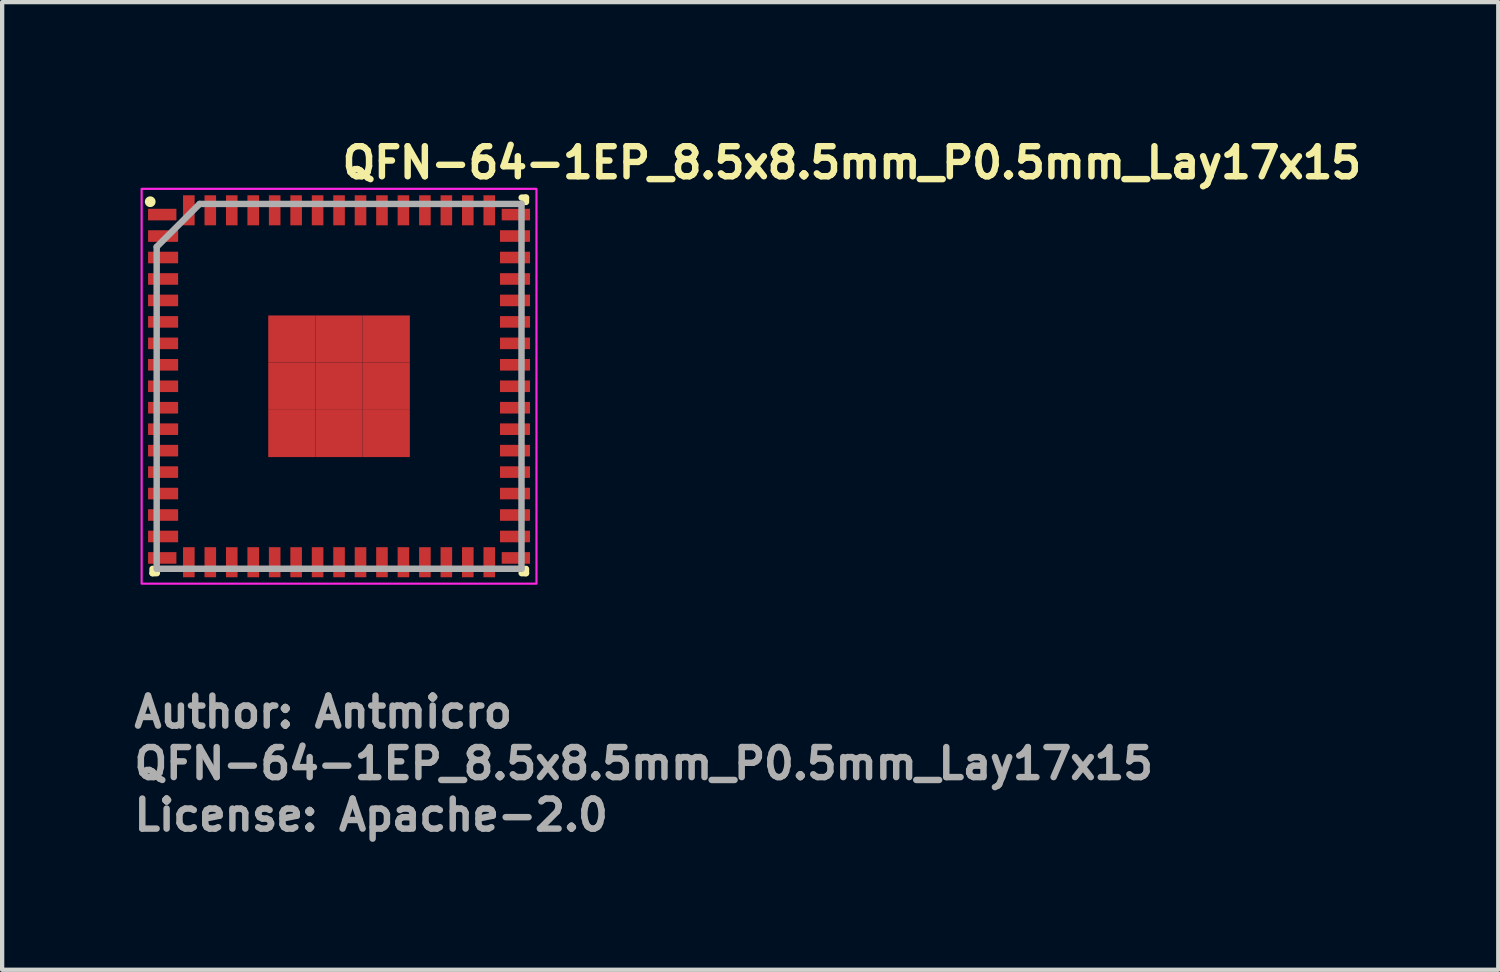
<source format=kicad_pcb>
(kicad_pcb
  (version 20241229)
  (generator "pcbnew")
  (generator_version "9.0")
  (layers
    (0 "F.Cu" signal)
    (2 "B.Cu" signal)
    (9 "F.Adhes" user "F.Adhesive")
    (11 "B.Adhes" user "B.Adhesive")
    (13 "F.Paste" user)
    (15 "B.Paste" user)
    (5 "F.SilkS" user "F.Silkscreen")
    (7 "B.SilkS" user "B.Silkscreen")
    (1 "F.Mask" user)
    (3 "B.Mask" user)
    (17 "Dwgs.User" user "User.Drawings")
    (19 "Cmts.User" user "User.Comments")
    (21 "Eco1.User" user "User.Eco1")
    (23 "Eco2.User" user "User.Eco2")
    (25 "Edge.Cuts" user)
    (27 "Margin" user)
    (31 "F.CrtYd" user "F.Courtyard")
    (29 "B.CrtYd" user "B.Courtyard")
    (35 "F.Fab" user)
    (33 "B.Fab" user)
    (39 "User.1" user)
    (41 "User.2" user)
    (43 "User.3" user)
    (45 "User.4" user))
  (footprint "QFN-64-1EP_8.5x8.5mm_P0.5mm_Lay17x15"
    (layer "F.Cu")
    (at 4.85 5.95)
    (property "Reference" "QFN-64-1EP_8.5x8.5mm_P0.5mm_Lay17x15" (at 0 -4.8 0) (unlocked yes) (layer "F.SilkS") (effects (font (size 0.7 0.7) (thickness 0.15)) (justify left bottom)))
    (attr smd)
    (fp_line (start -4.345 4.355) (end -4.345 4.255) (stroke (width 0.15) (type solid)) (layer "F.SilkS"))
    (fp_line (start -4.245 4.355) (end -4.345 4.355) (stroke (width 0.15) (type solid)) (layer "F.SilkS"))
    (fp_line (start 4.255 -4.395) (end 4.355 -4.395) (stroke (width 0.15) (type solid)) (layer "F.SilkS"))
    (fp_line (start 4.255 4.355) (end 4.355 4.355) (stroke (width 0.15) (type solid)) (layer "F.SilkS"))
    (fp_line (start 4.355 -4.395) (end 4.355 -4.295) (stroke (width 0.15) (type solid)) (layer "F.SilkS"))
    (fp_line (start 4.355 4.355) (end 4.355 4.255) (stroke (width 0.15) (type solid)) (layer "F.SilkS"))
    (fp_circle (center -4.4 -4.3) (end -4.35 -4.3) (stroke (width 0.15) (type solid)) (fill yes) (layer "F.SilkS"))
    (fp_rect (start -4.6 -4.6) (end 4.6 4.6) (stroke (width 0.05) (type solid)) (fill no) (layer "F.CrtYd"))
    (fp_line (start -4.249 -3.248) (end -4.249 4.252) (stroke (width 0.15) (type solid)) (layer "F.Fab"))
    (fp_line (start -4.249 4.252) (end 4.251 4.252) (stroke (width 0.15) (type solid)) (layer "F.Fab"))
    (fp_line (start -3.249 -4.248) (end -4.249 -3.248) (stroke (width 0.15) (type solid)) (layer "F.Fab"))
    (fp_line (start 4.251 -4.248) (end -3.249 -4.248) (stroke (width 0.15) (type solid)) (layer "F.Fab"))
    (fp_line (start 4.251 4.252) (end 4.251 -4.248) (stroke (width 0.15) (type solid)) (layer "F.Fab"))
    (fp_rect (start -4.25 -4.25) (end 4.25 4.25) (stroke (width 0.1) (type solid)) (fill no) (layer "User.5"))
    (fp_line (start -4.25 -4.125) (end -4.25 -3.875) (stroke (width 0.02) (type solid)) (layer "User.9"))
    (fp_line (start -4.25 -3.875) (end -4.24 -3.875) (stroke (width 0.02) (type solid)) (layer "User.9"))
    (fp_line (start -4.25 -3.625) (end -4.25 -3.375) (stroke (width 0.02) (type solid)) (layer "User.9"))
    (fp_line (start -4.25 -3.375) (end -4.24 -3.375) (stroke (width 0.02) (type solid)) (layer "User.9"))
    (fp_line (start -4.25 -3.125) (end -4.25 -2.875) (stroke (width 0.02) (type solid)) (layer "User.9"))
    (fp_line (start -4.25 -2.875) (end -4.24 -2.875) (stroke (width 0.02) (type solid)) (layer "User.9"))
    (fp_line (start -4.25 -2.625) (end -4.25 -2.375) (stroke (width 0.02) (type solid)) (layer "User.9"))
    (fp_line (start -4.25 -2.375) (end -4.24 -2.375) (stroke (width 0.02) (type solid)) (layer "User.9"))
    (fp_line (start -4.25 -2.125) (end -4.25 -1.875) (stroke (width 0.02) (type solid)) (layer "User.9"))
    (fp_line (start -4.25 -1.875) (end -4.24 -1.875) (stroke (width 0.02) (type solid)) (layer "User.9"))
    (fp_line (start -4.25 -1.625) (end -4.25 -1.375) (stroke (width 0.02) (type solid)) (layer "User.9"))
    (fp_line (start -4.25 -1.375) (end -4.24 -1.375) (stroke (width 0.02) (type solid)) (layer "User.9"))
    (fp_line (start -4.25 -1.125) (end -4.25 -0.875) (stroke (width 0.02) (type solid)) (layer "User.9"))
    (fp_line (start -4.25 -0.875) (end -4.24 -0.875) (stroke (width 0.02) (type solid)) (layer "User.9"))
    (fp_line (start -4.25 -0.625) (end -4.25 -0.375) (stroke (width 0.02) (type solid)) (layer "User.9"))
    (fp_line (start -4.25 -0.375) (end -4.24 -0.375) (stroke (width 0.02) (type solid)) (layer "User.9"))
    (fp_line (start -4.25 -0.125) (end -4.25 0.125) (stroke (width 0.02) (type solid)) (layer "User.9"))
    (fp_line (start -4.25 0.125) (end -4.24 0.125) (stroke (width 0.02) (type solid)) (layer "User.9"))
    (fp_line (start -4.25 0.375) (end -4.25 0.625) (stroke (width 0.02) (type solid)) (layer "User.9"))
    (fp_line (start -4.25 0.625) (end -4.24 0.625) (stroke (width 0.02) (type solid)) (layer "User.9"))
    (fp_line (start -4.25 0.875) (end -4.25 1.125) (stroke (width 0.02) (type solid)) (layer "User.9"))
    (fp_line (start -4.25 1.125) (end -4.24 1.125) (stroke (width 0.02) (type solid)) (layer "User.9"))
    (fp_line (start -4.25 1.375) (end -4.25 1.625) (stroke (width 0.02) (type solid)) (layer "User.9"))
    (fp_line (start -4.25 1.625) (end -4.24 1.625) (stroke (width 0.02) (type solid)) (layer "User.9"))
    (fp_line (start -4.25 1.875) (end -4.25 2.125) (stroke (width 0.02) (type solid)) (layer "User.9"))
    (fp_line (start -4.25 2.125) (end -4.24 2.125) (stroke (width 0.02) (type solid)) (layer "User.9"))
    (fp_line (start -4.25 2.375) (end -4.25 2.625) (stroke (width 0.02) (type solid)) (layer "User.9"))
    (fp_line (start -4.25 2.625) (end -4.24 2.625) (stroke (width 0.02) (type solid)) (layer "User.9"))
    (fp_line (start -4.25 2.875) (end -4.25 3.125) (stroke (width 0.02) (type solid)) (layer "User.9"))
    (fp_line (start -4.25 3.125) (end -4.24 3.125) (stroke (width 0.02) (type solid)) (layer "User.9"))
    (fp_line (start -4.25 3.375) (end -4.25 3.625) (stroke (width 0.02) (type solid)) (layer "User.9"))
    (fp_line (start -4.25 3.625) (end -4.24 3.625) (stroke (width 0.02) (type solid)) (layer "User.9"))
    (fp_line (start -4.25 3.875) (end -4.25 4.125) (stroke (width 0.02) (type solid)) (layer "User.9"))
    (fp_line (start -4.25 4.125) (end -4.24 4.125) (stroke (width 0.02) (type solid)) (layer "User.9"))
    (fp_line (start -4.24 -4.24) (end -4.24 4.24) (stroke (width 0.02) (type solid)) (layer "User.9"))
    (fp_line (start -4.24 -4.24) (end 4.24 -4.24) (stroke (width 0.02) (type solid)) (layer "User.9"))
    (fp_line (start -4.24 -4.125) (end -4.25 -4.125) (stroke (width 0.02) (type solid)) (layer "User.9"))
    (fp_line (start -4.24 -3.625) (end -4.25 -3.625) (stroke (width 0.02) (type solid)) (layer "User.9"))
    (fp_line (start -4.24 -3.125) (end -4.25 -3.125) (stroke (width 0.02) (type solid)) (layer "User.9"))
    (fp_line (start -4.24 -2.625) (end -4.25 -2.625) (stroke (width 0.02) (type solid)) (layer "User.9"))
    (fp_line (start -4.24 -2.125) (end -4.25 -2.125) (stroke (width 0.02) (type solid)) (layer "User.9"))
    (fp_line (start -4.24 -1.625) (end -4.25 -1.625) (stroke (width 0.02) (type solid)) (layer "User.9"))
    (fp_line (start -4.24 -1.125) (end -4.25 -1.125) (stroke (width 0.02) (type solid)) (layer "User.9"))
    (fp_line (start -4.24 -0.625) (end -4.25 -0.625) (stroke (width 0.02) (type solid)) (layer "User.9"))
    (fp_line (start -4.24 -0.125) (end -4.25 -0.125) (stroke (width 0.02) (type solid)) (layer "User.9"))
    (fp_line (start -4.24 0.375) (end -4.25 0.375) (stroke (width 0.02) (type solid)) (layer "User.9"))
    (fp_line (start -4.24 0.875) (end -4.25 0.875) (stroke (width 0.02) (type solid)) (layer "User.9"))
    (fp_line (start -4.24 1.375) (end -4.25 1.375) (stroke (width 0.02) (type solid)) (layer "User.9"))
    (fp_line (start -4.24 1.875) (end -4.25 1.875) (stroke (width 0.02) (type solid)) (layer "User.9"))
    (fp_line (start -4.24 2.375) (end -4.25 2.375) (stroke (width 0.02) (type solid)) (layer "User.9"))
    (fp_line (start -4.24 2.875) (end -4.25 2.875) (stroke (width 0.02) (type solid)) (layer "User.9"))
    (fp_line (start -4.24 3.375) (end -4.25 3.375) (stroke (width 0.02) (type solid)) (layer "User.9"))
    (fp_line (start -4.24 3.875) (end -4.25 3.875) (stroke (width 0.02) (type solid)) (layer "User.9"))
    (fp_line (start -4.24 4.24) (end 4.24 4.24) (stroke (width 0.02) (type solid)) (layer "User.9"))
    (fp_line (start -3.8 -3.563) (end -3.8 -3.55) (stroke (width 0.02) (type solid)) (layer "User.9"))
    (fp_line (start -3.8 -3.55) (end -3.8 -3.537) (stroke (width 0.02) (type solid)) (layer "User.9"))
    (fp_line (start -3.8 -3.537) (end -3.799 -3.524) (stroke (width 0.02) (type solid)) (layer "User.9"))
    (fp_line (start -3.799 -3.576) (end -3.8 -3.563) (stroke (width 0.02) (type solid)) (layer "User.9"))
    (fp_line (start -3.799 -3.524) (end -3.797 -3.512) (stroke (width 0.02) (type solid)) (layer "User.9"))
    (fp_line (start -3.797 -3.588) (end -3.799 -3.576) (stroke (width 0.02) (type solid)) (layer "User.9"))
    (fp_line (start -3.797 -3.512) (end -3.795 -3.5) (stroke (width 0.02) (type solid)) (layer "User.9"))
    (fp_line (start -3.795 -3.6) (end -3.797 -3.588) (stroke (width 0.02) (type solid)) (layer "User.9"))
    (fp_line (start -3.795 -3.5) (end -3.792 -3.488) (stroke (width 0.02) (type solid)) (layer "User.9"))
    (fp_line (start -3.792 -3.612) (end -3.795 -3.6) (stroke (width 0.02) (type solid)) (layer "User.9"))
    (fp_line (start -3.792 -3.488) (end -3.789 -3.476) (stroke (width 0.02) (type solid)) (layer "User.9"))
    (fp_line (start -3.789 -3.624) (end -3.792 -3.612) (stroke (width 0.02) (type solid)) (layer "User.9"))
    (fp_line (start -3.789 -3.476) (end -3.785 -3.464) (stroke (width 0.02) (type solid)) (layer "User.9"))
    (fp_line (start -3.785 -3.636) (end -3.789 -3.624) (stroke (width 0.02) (type solid)) (layer "User.9"))
    (fp_line (start -3.785 -3.464) (end -3.78 -3.453) (stroke (width 0.02) (type solid)) (layer "User.9"))
    (fp_line (start -3.78 -3.647) (end -3.785 -3.636) (stroke (width 0.02) (type solid)) (layer "User.9"))
    (fp_line (start -3.78 -3.453) (end -3.775 -3.442) (stroke (width 0.02) (type solid)) (layer "User.9"))
    (fp_line (start -3.775 -3.658) (end -3.78 -3.647) (stroke (width 0.02) (type solid)) (layer "User.9"))
    (fp_line (start -3.775 -3.442) (end -3.77 -3.431) (stroke (width 0.02) (type solid)) (layer "User.9"))
    (fp_line (start -3.77 -3.669) (end -3.775 -3.658) (stroke (width 0.02) (type solid)) (layer "User.9"))
    (fp_line (start -3.77 -3.431) (end -3.764 -3.42) (stroke (width 0.02) (type solid)) (layer "User.9"))
    (fp_line (start -3.764 -3.68) (end -3.77 -3.669) (stroke (width 0.02) (type solid)) (layer "User.9"))
    (fp_line (start -3.764 -3.42) (end -3.757 -3.41) (stroke (width 0.02) (type solid)) (layer "User.9"))
    (fp_line (start -3.757 -3.69) (end -3.764 -3.68) (stroke (width 0.02) (type solid)) (layer "User.9"))
    (fp_line (start -3.757 -3.41) (end -3.75 -3.4) (stroke (width 0.02) (type solid)) (layer "User.9"))
    (fp_line (start -3.75 -3.7) (end -3.757 -3.69) (stroke (width 0.02) (type solid)) (layer "User.9"))
    (fp_line (start -3.75 -3.4) (end -3.743 -3.391) (stroke (width 0.02) (type solid)) (layer "User.9"))
    (fp_line (start -3.743 -3.709) (end -3.75 -3.7) (stroke (width 0.02) (type solid)) (layer "User.9"))
    (fp_line (start -3.743 -3.391) (end -3.735 -3.382) (stroke (width 0.02) (type solid)) (layer "User.9"))
    (fp_line (start -3.735 -3.718) (end -3.743 -3.709) (stroke (width 0.02) (type solid)) (layer "User.9"))
    (fp_line (start -3.735 -3.382) (end -3.727 -3.373) (stroke (width 0.02) (type solid)) (layer "User.9"))
    (fp_line (start -3.727 -3.727) (end -3.735 -3.718) (stroke (width 0.02) (type solid)) (layer "User.9"))
    (fp_line (start -3.727 -3.373) (end -3.718 -3.365) (stroke (width 0.02) (type solid)) (layer "User.9"))
    (fp_line (start -3.718 -3.735) (end -3.727 -3.727) (stroke (width 0.02) (type solid)) (layer "User.9"))
    (fp_line (start -3.718 -3.365) (end -3.709 -3.357) (stroke (width 0.02) (type solid)) (layer "User.9"))
    (fp_line (start -3.709 -3.743) (end -3.718 -3.735) (stroke (width 0.02) (type solid)) (layer "User.9"))
    (fp_line (start -3.709 -3.357) (end -3.7 -3.35) (stroke (width 0.02) (type solid)) (layer "User.9"))
    (fp_line (start -3.7 -3.75) (end -3.709 -3.743) (stroke (width 0.02) (type solid)) (layer "User.9"))
    (fp_line (start -3.7 -3.35) (end -3.69 -3.343) (stroke (width 0.02) (type solid)) (layer "User.9"))
    (fp_line (start -3.69 -3.757) (end -3.7 -3.75) (stroke (width 0.02) (type solid)) (layer "User.9"))
    (fp_line (start -3.69 -3.343) (end -3.68 -3.336) (stroke (width 0.02) (type solid)) (layer "User.9"))
    (fp_line (start -3.68 -3.764) (end -3.69 -3.757) (stroke (width 0.02) (type solid)) (layer "User.9"))
    (fp_line (start -3.68 -3.336) (end -3.669 -3.33) (stroke (width 0.02) (type solid)) (layer "User.9"))
    (fp_line (start -3.669 -3.77) (end -3.68 -3.764) (stroke (width 0.02) (type solid)) (layer "User.9"))
    (fp_line (start -3.669 -3.33) (end -3.658 -3.325) (stroke (width 0.02) (type solid)) (layer "User.9"))
    (fp_line (start -3.658 -3.775) (end -3.669 -3.77) (stroke (width 0.02) (type solid)) (layer "User.9"))
    (fp_line (start -3.658 -3.325) (end -3.647 -3.32) (stroke (width 0.02) (type solid)) (layer "User.9"))
    (fp_line (start -3.647 -3.78) (end -3.658 -3.775) (stroke (width 0.02) (type solid)) (layer "User.9"))
    (fp_line (start -3.647 -3.32) (end -3.636 -3.315) (stroke (width 0.02) (type solid)) (layer "User.9"))
    (fp_line (start -3.636 -3.785) (end -3.647 -3.78) (stroke (width 0.02) (type solid)) (layer "User.9"))
    (fp_line (start -3.636 -3.315) (end -3.624 -3.311) (stroke (width 0.02) (type solid)) (layer "User.9"))
    (fp_line (start -3.625 -4.25) (end -3.625 -4.24) (stroke (width 0.02) (type solid)) (layer "User.9"))
    (fp_line (start -3.625 4.24) (end -3.625 4.25) (stroke (width 0.02) (type solid)) (layer "User.9"))
    (fp_line (start -3.625 4.25) (end -3.375 4.25) (stroke (width 0.02) (type solid)) (layer "User.9"))
    (fp_line (start -3.624 -3.789) (end -3.636 -3.785) (stroke (width 0.02) (type solid)) (layer "User.9"))
    (fp_line (start -3.624 -3.311) (end -3.612 -3.308) (stroke (width 0.02) (type solid)) (layer "User.9"))
    (fp_line (start -3.612 -3.792) (end -3.624 -3.789) (stroke (width 0.02) (type solid)) (layer "User.9"))
    (fp_line (start -3.612 -3.308) (end -3.6 -3.305) (stroke (width 0.02) (type solid)) (layer "User.9"))
    (fp_line (start -3.6 -3.795) (end -3.612 -3.792) (stroke (width 0.02) (type solid)) (layer "User.9"))
    (fp_line (start -3.6 -3.305) (end -3.588 -3.303) (stroke (width 0.02) (type solid)) (layer "User.9"))
    (fp_line (start -3.588 -3.797) (end -3.6 -3.795) (stroke (width 0.02) (type solid)) (layer "User.9"))
    (fp_line (start -3.588 -3.303) (end -3.576 -3.301) (stroke (width 0.02) (type solid)) (layer "User.9"))
    (fp_line (start -3.576 -3.799) (end -3.588 -3.797) (stroke (width 0.02) (type solid)) (layer "User.9"))
    (fp_line (start -3.576 -3.301) (end -3.563 -3.3) (stroke (width 0.02) (type solid)) (layer "User.9"))
    (fp_line (start -3.563 -3.8) (end -3.576 -3.799) (stroke (width 0.02) (type solid)) (layer "User.9"))
    (fp_line (start -3.563 -3.3) (end -3.55 -3.3) (stroke (width 0.02) (type solid)) (layer "User.9"))
    (fp_line (start -3.55 -3.8) (end -3.563 -3.8) (stroke (width 0.02) (type solid)) (layer "User.9"))
    (fp_line (start -3.55 -3.3) (end -3.537 -3.3) (stroke (width 0.02) (type solid)) (layer "User.9"))
    (fp_line (start -3.537 -3.8) (end -3.55 -3.8) (stroke (width 0.02) (type solid)) (layer "User.9"))
    (fp_line (start -3.537 -3.3) (end -3.524 -3.301) (stroke (width 0.02) (type solid)) (layer "User.9"))
    (fp_line (start -3.524 -3.799) (end -3.537 -3.8) (stroke (width 0.02) (type solid)) (layer "User.9"))
    (fp_line (start -3.524 -3.301) (end -3.512 -3.303) (stroke (width 0.02) (type solid)) (layer "User.9"))
    (fp_line (start -3.512 -3.797) (end -3.524 -3.799) (stroke (width 0.02) (type solid)) (layer "User.9"))
    (fp_line (start -3.512 -3.303) (end -3.5 -3.305) (stroke (width 0.02) (type solid)) (layer "User.9"))
    (fp_line (start -3.5 -3.795) (end -3.512 -3.797) (stroke (width 0.02) (type solid)) (layer "User.9"))
    (fp_line (start -3.5 -3.305) (end -3.488 -3.308) (stroke (width 0.02) (type solid)) (layer "User.9"))
    (fp_line (start -3.488 -3.792) (end -3.5 -3.795) (stroke (width 0.02) (type solid)) (layer "User.9"))
    (fp_line (start -3.488 -3.308) (end -3.476 -3.311) (stroke (width 0.02) (type solid)) (layer "User.9"))
    (fp_line (start -3.476 -3.789) (end -3.488 -3.792) (stroke (width 0.02) (type solid)) (layer "User.9"))
    (fp_line (start -3.476 -3.311) (end -3.464 -3.315) (stroke (width 0.02) (type solid)) (layer "User.9"))
    (fp_line (start -3.464 -3.785) (end -3.476 -3.789) (stroke (width 0.02) (type solid)) (layer "User.9"))
    (fp_line (start -3.464 -3.315) (end -3.453 -3.32) (stroke (width 0.02) (type solid)) (layer "User.9"))
    (fp_line (start -3.453 -3.78) (end -3.464 -3.785) (stroke (width 0.02) (type solid)) (layer "User.9"))
    (fp_line (start -3.453 -3.32) (end -3.442 -3.325) (stroke (width 0.02) (type solid)) (layer "User.9"))
    (fp_line (start -3.442 -3.775) (end -3.453 -3.78) (stroke (width 0.02) (type solid)) (layer "User.9"))
    (fp_line (start -3.442 -3.325) (end -3.431 -3.33) (stroke (width 0.02) (type solid)) (layer "User.9"))
    (fp_line (start -3.431 -3.77) (end -3.442 -3.775) (stroke (width 0.02) (type solid)) (layer "User.9"))
    (fp_line (start -3.431 -3.33) (end -3.42 -3.336) (stroke (width 0.02) (type solid)) (layer "User.9"))
    (fp_line (start -3.42 -3.764) (end -3.431 -3.77) (stroke (width 0.02) (type solid)) (layer "User.9"))
    (fp_line (start -3.42 -3.336) (end -3.41 -3.343) (stroke (width 0.02) (type solid)) (layer "User.9"))
    (fp_line (start -3.41 -3.757) (end -3.42 -3.764) (stroke (width 0.02) (type solid)) (layer "User.9"))
    (fp_line (start -3.41 -3.343) (end -3.4 -3.35) (stroke (width 0.02) (type solid)) (layer "User.9"))
    (fp_line (start -3.4 -3.75) (end -3.41 -3.757) (stroke (width 0.02) (type solid)) (layer "User.9"))
    (fp_line (start -3.4 -3.35) (end -3.391 -3.357) (stroke (width 0.02) (type solid)) (layer "User.9"))
    (fp_line (start -3.391 -3.743) (end -3.4 -3.75) (stroke (width 0.02) (type solid)) (layer "User.9"))
    (fp_line (start -3.391 -3.357) (end -3.382 -3.365) (stroke (width 0.02) (type solid)) (layer "User.9"))
    (fp_line (start -3.382 -3.735) (end -3.391 -3.743) (stroke (width 0.02) (type solid)) (layer "User.9"))
    (fp_line (start -3.382 -3.365) (end -3.373 -3.373) (stroke (width 0.02) (type solid)) (layer "User.9"))
    (fp_line (start -3.375 -4.25) (end -3.625 -4.25) (stroke (width 0.02) (type solid)) (layer "User.9"))
    (fp_line (start -3.375 -4.24) (end -3.375 -4.25) (stroke (width 0.02) (type solid)) (layer "User.9"))
    (fp_line (start -3.375 4.25) (end -3.375 4.24) (stroke (width 0.02) (type solid)) (layer "User.9"))
    (fp_line (start -3.373 -3.727) (end -3.382 -3.735) (stroke (width 0.02) (type solid)) (layer "User.9"))
    (fp_line (start -3.373 -3.373) (end -3.365 -3.382) (stroke (width 0.02) (type solid)) (layer "User.9"))
    (fp_line (start -3.365 -3.718) (end -3.373 -3.727) (stroke (width 0.02) (type solid)) (layer "User.9"))
    (fp_line (start -3.365 -3.382) (end -3.357 -3.391) (stroke (width 0.02) (type solid)) (layer "User.9"))
    (fp_line (start -3.357 -3.709) (end -3.365 -3.718) (stroke (width 0.02) (type solid)) (layer "User.9"))
    (fp_line (start -3.357 -3.391) (end -3.35 -3.4) (stroke (width 0.02) (type solid)) (layer "User.9"))
    (fp_line (start -3.35 -3.7) (end -3.357 -3.709) (stroke (width 0.02) (type solid)) (layer "User.9"))
    (fp_line (start -3.35 -3.4) (end -3.343 -3.41) (stroke (width 0.02) (type solid)) (layer "User.9"))
    (fp_line (start -3.343 -3.69) (end -3.35 -3.7) (stroke (width 0.02) (type solid)) (layer "User.9"))
    (fp_line (start -3.343 -3.41) (end -3.336 -3.42) (stroke (width 0.02) (type solid)) (layer "User.9"))
    (fp_line (start -3.336 -3.68) (end -3.343 -3.69) (stroke (width 0.02) (type solid)) (layer "User.9"))
    (fp_line (start -3.336 -3.42) (end -3.33 -3.431) (stroke (width 0.02) (type solid)) (layer "User.9"))
    (fp_line (start -3.33 -3.669) (end -3.336 -3.68) (stroke (width 0.02) (type solid)) (layer "User.9"))
    (fp_line (start -3.33 -3.431) (end -3.325 -3.442) (stroke (width 0.02) (type solid)) (layer "User.9"))
    (fp_line (start -3.325 -3.658) (end -3.33 -3.669) (stroke (width 0.02) (type solid)) (layer "User.9"))
    (fp_line (start -3.325 -3.442) (end -3.32 -3.453) (stroke (width 0.02) (type solid)) (layer "User.9"))
    (fp_line (start -3.32 -3.647) (end -3.325 -3.658) (stroke (width 0.02) (type solid)) (layer "User.9"))
    (fp_line (start -3.32 -3.453) (end -3.315 -3.464) (stroke (width 0.02) (type solid)) (layer "User.9"))
    (fp_line (start -3.315 -3.636) (end -3.32 -3.647) (stroke (width 0.02) (type solid)) (layer "User.9"))
    (fp_line (start -3.315 -3.464) (end -3.311 -3.476) (stroke (width 0.02) (type solid)) (layer "User.9"))
    (fp_line (start -3.311 -3.624) (end -3.315 -3.636) (stroke (width 0.02) (type solid)) (layer "User.9"))
    (fp_line (start -3.311 -3.476) (end -3.308 -3.488) (stroke (width 0.02) (type solid)) (layer "User.9"))
    (fp_line (start -3.308 -3.612) (end -3.311 -3.624) (stroke (width 0.02) (type solid)) (layer "User.9"))
    (fp_line (start -3.308 -3.488) (end -3.305 -3.5) (stroke (width 0.02) (type solid)) (layer "User.9"))
    (fp_line (start -3.305 -3.6) (end -3.308 -3.612) (stroke (width 0.02) (type solid)) (layer "User.9"))
    (fp_line (start -3.305 -3.5) (end -3.303 -3.512) (stroke (width 0.02) (type solid)) (layer "User.9"))
    (fp_line (start -3.303 -3.588) (end -3.305 -3.6) (stroke (width 0.02) (type solid)) (layer "User.9"))
    (fp_line (start -3.303 -3.512) (end -3.301 -3.524) (stroke (width 0.02) (type solid)) (layer "User.9"))
    (fp_line (start -3.301 -3.576) (end -3.303 -3.588) (stroke (width 0.02) (type solid)) (layer "User.9"))
    (fp_line (start -3.301 -3.524) (end -3.3 -3.537) (stroke (width 0.02) (type solid)) (layer "User.9"))
    (fp_line (start -3.3 -3.563) (end -3.301 -3.576) (stroke (width 0.02) (type solid)) (layer "User.9"))
    (fp_line (start -3.3 -3.55) (end -3.3 -3.563) (stroke (width 0.02) (type solid)) (layer "User.9"))
    (fp_line (start -3.3 -3.537) (end -3.3 -3.55) (stroke (width 0.02) (type solid)) (layer "User.9"))
    (fp_line (start -3.125 -4.25) (end -3.125 -4.24) (stroke (width 0.02) (type solid)) (layer "User.9"))
    (fp_line (start -3.125 4.24) (end -3.125 4.25) (stroke (width 0.02) (type solid)) (layer "User.9"))
    (fp_line (start -3.125 4.25) (end -2.875 4.25) (stroke (width 0.02) (type solid)) (layer "User.9"))
    (fp_line (start -2.875 -4.25) (end -3.125 -4.25) (stroke (width 0.02) (type solid)) (layer "User.9"))
    (fp_line (start -2.875 -4.24) (end -2.875 -4.25) (stroke (width 0.02) (type solid)) (layer "User.9"))
    (fp_line (start -2.875 4.25) (end -2.875 4.24) (stroke (width 0.02) (type solid)) (layer "User.9"))
    (fp_line (start -2.625 -4.25) (end -2.625 -4.24) (stroke (width 0.02) (type solid)) (layer "User.9"))
    (fp_line (start -2.625 4.24) (end -2.625 4.25) (stroke (width 0.02) (type solid)) (layer "User.9"))
    (fp_line (start -2.625 4.25) (end -2.375 4.25) (stroke (width 0.02) (type solid)) (layer "User.9"))
    (fp_line (start -2.375 -4.25) (end -2.625 -4.25) (stroke (width 0.02) (type solid)) (layer "User.9"))
    (fp_line (start -2.375 -4.24) (end -2.375 -4.25) (stroke (width 0.02) (type solid)) (layer "User.9"))
    (fp_line (start -2.375 4.25) (end -2.375 4.24) (stroke (width 0.02) (type solid)) (layer "User.9"))
    (fp_line (start -2.125 -4.25) (end -2.125 -4.24) (stroke (width 0.02) (type solid)) (layer "User.9"))
    (fp_line (start -2.125 4.24) (end -2.125 4.25) (stroke (width 0.02) (type solid)) (layer "User.9"))
    (fp_line (start -2.125 4.25) (end -1.875 4.25) (stroke (width 0.02) (type solid)) (layer "User.9"))
    (fp_line (start -1.875 -4.25) (end -2.125 -4.25) (stroke (width 0.02) (type solid)) (layer "User.9"))
    (fp_line (start -1.875 -4.24) (end -1.875 -4.25) (stroke (width 0.02) (type solid)) (layer "User.9"))
    (fp_line (start -1.875 4.25) (end -1.875 4.24) (stroke (width 0.02) (type solid)) (layer "User.9"))
    (fp_line (start -1.625 -4.25) (end -1.625 -4.24) (stroke (width 0.02) (type solid)) (layer "User.9"))
    (fp_line (start -1.625 4.24) (end -1.625 4.25) (stroke (width 0.02) (type solid)) (layer "User.9"))
    (fp_line (start -1.625 4.25) (end -1.375 4.25) (stroke (width 0.02) (type solid)) (layer "User.9"))
    (fp_line (start -1.375 -4.25) (end -1.625 -4.25) (stroke (width 0.02) (type solid)) (layer "User.9"))
    (fp_line (start -1.375 -4.24) (end -1.375 -4.25) (stroke (width 0.02) (type solid)) (layer "User.9"))
    (fp_line (start -1.375 4.25) (end -1.375 4.24) (stroke (width 0.02) (type solid)) (layer "User.9"))
    (fp_line (start -1.125 -4.25) (end -1.125 -4.24) (stroke (width 0.02) (type solid)) (layer "User.9"))
    (fp_line (start -1.125 4.24) (end -1.125 4.25) (stroke (width 0.02) (type solid)) (layer "User.9"))
    (fp_line (start -1.125 4.25) (end -0.875 4.25) (stroke (width 0.02) (type solid)) (layer "User.9"))
    (fp_line (start -0.875 -4.25) (end -1.125 -4.25) (stroke (width 0.02) (type solid)) (layer "User.9"))
    (fp_line (start -0.875 -4.24) (end -0.875 -4.25) (stroke (width 0.02) (type solid)) (layer "User.9"))
    (fp_line (start -0.875 4.25) (end -0.875 4.24) (stroke (width 0.02) (type solid)) (layer "User.9"))
    (fp_line (start -0.625 -4.25) (end -0.625 -4.24) (stroke (width 0.02) (type solid)) (layer "User.9"))
    (fp_line (start -0.625 4.24) (end -0.625 4.25) (stroke (width 0.02) (type solid)) (layer "User.9"))
    (fp_line (start -0.625 4.25) (end -0.375 4.25) (stroke (width 0.02) (type solid)) (layer "User.9"))
    (fp_line (start -0.375 -4.25) (end -0.625 -4.25) (stroke (width 0.02) (type solid)) (layer "User.9"))
    (fp_line (start -0.375 -4.24) (end -0.375 -4.25) (stroke (width 0.02) (type solid)) (layer "User.9"))
    (fp_line (start -0.375 4.25) (end -0.375 4.24) (stroke (width 0.02) (type solid)) (layer "User.9"))
    (fp_line (start -0.125 -4.25) (end -0.125 -4.24) (stroke (width 0.02) (type solid)) (layer "User.9"))
    (fp_line (start -0.125 4.24) (end -0.125 4.25) (stroke (width 0.02) (type solid)) (layer "User.9"))
    (fp_line (start -0.125 4.25) (end 0.125 4.25) (stroke (width 0.02) (type solid)) (layer "User.9"))
    (fp_line (start 0.125 -4.25) (end -0.125 -4.25) (stroke (width 0.02) (type solid)) (layer "User.9"))
    (fp_line (start 0.125 -4.24) (end 0.125 -4.25) (stroke (width 0.02) (type solid)) (layer "User.9"))
    (fp_line (start 0.125 4.25) (end 0.125 4.24) (stroke (width 0.02) (type solid)) (layer "User.9"))
    (fp_line (start 0.375 -4.25) (end 0.375 -4.24) (stroke (width 0.02) (type solid)) (layer "User.9"))
    (fp_line (start 0.375 4.24) (end 0.375 4.25) (stroke (width 0.02) (type solid)) (layer "User.9"))
    (fp_line (start 0.375 4.25) (end 0.625 4.25) (stroke (width 0.02) (type solid)) (layer "User.9"))
    (fp_line (start 0.625 -4.25) (end 0.375 -4.25) (stroke (width 0.02) (type solid)) (layer "User.9"))
    (fp_line (start 0.625 -4.24) (end 0.625 -4.25) (stroke (width 0.02) (type solid)) (layer "User.9"))
    (fp_line (start 0.625 4.25) (end 0.625 4.24) (stroke (width 0.02) (type solid)) (layer "User.9"))
    (fp_line (start 0.875 -4.25) (end 0.875 -4.24) (stroke (width 0.02) (type solid)) (layer "User.9"))
    (fp_line (start 0.875 4.24) (end 0.875 4.25) (stroke (width 0.02) (type solid)) (layer "User.9"))
    (fp_line (start 0.875 4.25) (end 1.125 4.25) (stroke (width 0.02) (type solid)) (layer "User.9"))
    (fp_line (start 1.125 -4.25) (end 0.875 -4.25) (stroke (width 0.02) (type solid)) (layer "User.9"))
    (fp_line (start 1.125 -4.24) (end 1.125 -4.25) (stroke (width 0.02) (type solid)) (layer "User.9"))
    (fp_line (start 1.125 4.25) (end 1.125 4.24) (stroke (width 0.02) (type solid)) (layer "User.9"))
    (fp_line (start 1.375 -4.25) (end 1.375 -4.24) (stroke (width 0.02) (type solid)) (layer "User.9"))
    (fp_line (start 1.375 4.24) (end 1.375 4.25) (stroke (width 0.02) (type solid)) (layer "User.9"))
    (fp_line (start 1.375 4.25) (end 1.625 4.25) (stroke (width 0.02) (type solid)) (layer "User.9"))
    (fp_line (start 1.625 -4.25) (end 1.375 -4.25) (stroke (width 0.02) (type solid)) (layer "User.9"))
    (fp_line (start 1.625 -4.24) (end 1.625 -4.25) (stroke (width 0.02) (type solid)) (layer "User.9"))
    (fp_line (start 1.625 4.25) (end 1.625 4.24) (stroke (width 0.02) (type solid)) (layer "User.9"))
    (fp_line (start 1.875 -4.25) (end 1.875 -4.24) (stroke (width 0.02) (type solid)) (layer "User.9"))
    (fp_line (start 1.875 4.24) (end 1.875 4.25) (stroke (width 0.02) (type solid)) (layer "User.9"))
    (fp_line (start 1.875 4.25) (end 2.125 4.25) (stroke (width 0.02) (type solid)) (layer "User.9"))
    (fp_line (start 2.125 -4.25) (end 1.875 -4.25) (stroke (width 0.02) (type solid)) (layer "User.9"))
    (fp_line (start 2.125 -4.24) (end 2.125 -4.25) (stroke (width 0.02) (type solid)) (layer "User.9"))
    (fp_line (start 2.125 4.25) (end 2.125 4.24) (stroke (width 0.02) (type solid)) (layer "User.9"))
    (fp_line (start 2.375 -4.25) (end 2.375 -4.24) (stroke (width 0.02) (type solid)) (layer "User.9"))
    (fp_line (start 2.375 4.24) (end 2.375 4.25) (stroke (width 0.02) (type solid)) (layer "User.9"))
    (fp_line (start 2.375 4.25) (end 2.625 4.25) (stroke (width 0.02) (type solid)) (layer "User.9"))
    (fp_line (start 2.625 -4.25) (end 2.375 -4.25) (stroke (width 0.02) (type solid)) (layer "User.9"))
    (fp_line (start 2.625 -4.24) (end 2.625 -4.25) (stroke (width 0.02) (type solid)) (layer "User.9"))
    (fp_line (start 2.625 4.25) (end 2.625 4.24) (stroke (width 0.02) (type solid)) (layer "User.9"))
    (fp_line (start 2.875 -4.25) (end 2.875 -4.24) (stroke (width 0.02) (type solid)) (layer "User.9"))
    (fp_line (start 2.875 4.24) (end 2.875 4.25) (stroke (width 0.02) (type solid)) (layer "User.9"))
    (fp_line (start 2.875 4.25) (end 3.125 4.25) (stroke (width 0.02) (type solid)) (layer "User.9"))
    (fp_line (start 3.125 -4.25) (end 2.875 -4.25) (stroke (width 0.02) (type solid)) (layer "User.9"))
    (fp_line (start 3.125 -4.24) (end 3.125 -4.25) (stroke (width 0.02) (type solid)) (layer "User.9"))
    (fp_line (start 3.125 4.25) (end 3.125 4.24) (stroke (width 0.02) (type solid)) (layer "User.9"))
    (fp_line (start 3.375 -4.25) (end 3.375 -4.24) (stroke (width 0.02) (type solid)) (layer "User.9"))
    (fp_line (start 3.375 4.24) (end 3.375 4.25) (stroke (width 0.02) (type solid)) (layer "User.9"))
    (fp_line (start 3.375 4.25) (end 3.625 4.25) (stroke (width 0.02) (type solid)) (layer "User.9"))
    (fp_line (start 3.625 -4.25) (end 3.375 -4.25) (stroke (width 0.02) (type solid)) (layer "User.9"))
    (fp_line (start 3.625 -4.24) (end 3.625 -4.25) (stroke (width 0.02) (type solid)) (layer "User.9"))
    (fp_line (start 3.625 4.25) (end 3.625 4.24) (stroke (width 0.02) (type solid)) (layer "User.9"))
    (fp_line (start 4.24 -4.24) (end 4.24 4.24) (stroke (width 0.02) (type solid)) (layer "User.9"))
    (fp_line (start 4.24 -3.875) (end 4.25 -3.875) (stroke (width 0.02) (type solid)) (layer "User.9"))
    (fp_line (start 4.24 -3.375) (end 4.25 -3.375) (stroke (width 0.02) (type solid)) (layer "User.9"))
    (fp_line (start 4.24 -2.875) (end 4.25 -2.875) (stroke (width 0.02) (type solid)) (layer "User.9"))
    (fp_line (start 4.24 -2.375) (end 4.25 -2.375) (stroke (width 0.02) (type solid)) (layer "User.9"))
    (fp_line (start 4.24 -1.875) (end 4.25 -1.875) (stroke (width 0.02) (type solid)) (layer "User.9"))
    (fp_line (start 4.24 -1.375) (end 4.25 -1.375) (stroke (width 0.02) (type solid)) (layer "User.9"))
    (fp_line (start 4.24 -0.875) (end 4.25 -0.875) (stroke (width 0.02) (type solid)) (layer "User.9"))
    (fp_line (start 4.24 -0.375) (end 4.25 -0.375) (stroke (width 0.02) (type solid)) (layer "User.9"))
    (fp_line (start 4.24 0.125) (end 4.25 0.125) (stroke (width 0.02) (type solid)) (layer "User.9"))
    (fp_line (start 4.24 0.625) (end 4.25 0.625) (stroke (width 0.02) (type solid)) (layer "User.9"))
    (fp_line (start 4.24 1.125) (end 4.25 1.125) (stroke (width 0.02) (type solid)) (layer "User.9"))
    (fp_line (start 4.24 1.625) (end 4.25 1.625) (stroke (width 0.02) (type solid)) (layer "User.9"))
    (fp_line (start 4.24 2.125) (end 4.25 2.125) (stroke (width 0.02) (type solid)) (layer "User.9"))
    (fp_line (start 4.24 2.625) (end 4.25 2.625) (stroke (width 0.02) (type solid)) (layer "User.9"))
    (fp_line (start 4.24 3.125) (end 4.25 3.125) (stroke (width 0.02) (type solid)) (layer "User.9"))
    (fp_line (start 4.24 3.625) (end 4.25 3.625) (stroke (width 0.02) (type solid)) (layer "User.9"))
    (fp_line (start 4.24 4.125) (end 4.25 4.125) (stroke (width 0.02) (type solid)) (layer "User.9"))
    (fp_line (start 4.25 -4.125) (end 4.24 -4.125) (stroke (width 0.02) (type solid)) (layer "User.9"))
    (fp_line (start 4.25 -3.875) (end 4.25 -4.125) (stroke (width 0.02) (type solid)) (layer "User.9"))
    (fp_line (start 4.25 -3.625) (end 4.24 -3.625) (stroke (width 0.02) (type solid)) (layer "User.9"))
    (fp_line (start 4.25 -3.375) (end 4.25 -3.625) (stroke (width 0.02) (type solid)) (layer "User.9"))
    (fp_line (start 4.25 -3.125) (end 4.24 -3.125) (stroke (width 0.02) (type solid)) (layer "User.9"))
    (fp_line (start 4.25 -2.875) (end 4.25 -3.125) (stroke (width 0.02) (type solid)) (layer "User.9"))
    (fp_line (start 4.25 -2.625) (end 4.24 -2.625) (stroke (width 0.02) (type solid)) (layer "User.9"))
    (fp_line (start 4.25 -2.375) (end 4.25 -2.625) (stroke (width 0.02) (type solid)) (layer "User.9"))
    (fp_line (start 4.25 -2.125) (end 4.24 -2.125) (stroke (width 0.02) (type solid)) (layer "User.9"))
    (fp_line (start 4.25 -1.875) (end 4.25 -2.125) (stroke (width 0.02) (type solid)) (layer "User.9"))
    (fp_line (start 4.25 -1.625) (end 4.24 -1.625) (stroke (width 0.02) (type solid)) (layer "User.9"))
    (fp_line (start 4.25 -1.375) (end 4.25 -1.625) (stroke (width 0.02) (type solid)) (layer "User.9"))
    (fp_line (start 4.25 -1.125) (end 4.24 -1.125) (stroke (width 0.02) (type solid)) (layer "User.9"))
    (fp_line (start 4.25 -0.875) (end 4.25 -1.125) (stroke (width 0.02) (type solid)) (layer "User.9"))
    (fp_line (start 4.25 -0.625) (end 4.24 -0.625) (stroke (width 0.02) (type solid)) (layer "User.9"))
    (fp_line (start 4.25 -0.375) (end 4.25 -0.625) (stroke (width 0.02) (type solid)) (layer "User.9"))
    (fp_line (start 4.25 -0.125) (end 4.24 -0.125) (stroke (width 0.02) (type solid)) (layer "User.9"))
    (fp_line (start 4.25 0.125) (end 4.25 -0.125) (stroke (width 0.02) (type solid)) (layer "User.9"))
    (fp_line (start 4.25 0.375) (end 4.24 0.375) (stroke (width 0.02) (type solid)) (layer "User.9"))
    (fp_line (start 4.25 0.625) (end 4.25 0.375) (stroke (width 0.02) (type solid)) (layer "User.9"))
    (fp_line (start 4.25 0.875) (end 4.24 0.875) (stroke (width 0.02) (type solid)) (layer "User.9"))
    (fp_line (start 4.25 1.125) (end 4.25 0.875) (stroke (width 0.02) (type solid)) (layer "User.9"))
    (fp_line (start 4.25 1.375) (end 4.24 1.375) (stroke (width 0.02) (type solid)) (layer "User.9"))
    (fp_line (start 4.25 1.625) (end 4.25 1.375) (stroke (width 0.02) (type solid)) (layer "User.9"))
    (fp_line (start 4.25 1.875) (end 4.24 1.875) (stroke (width 0.02) (type solid)) (layer "User.9"))
    (fp_line (start 4.25 2.125) (end 4.25 1.875) (stroke (width 0.02) (type solid)) (layer "User.9"))
    (fp_line (start 4.25 2.375) (end 4.24 2.375) (stroke (width 0.02) (type solid)) (layer "User.9"))
    (fp_line (start 4.25 2.625) (end 4.25 2.375) (stroke (width 0.02) (type solid)) (layer "User.9"))
    (fp_line (start 4.25 2.875) (end 4.24 2.875) (stroke (width 0.02) (type solid)) (layer "User.9"))
    (fp_line (start 4.25 3.125) (end 4.25 2.875) (stroke (width 0.02) (type solid)) (layer "User.9"))
    (fp_line (start 4.25 3.375) (end 4.24 3.375) (stroke (width 0.02) (type solid)) (layer "User.9"))
    (fp_line (start 4.25 3.625) (end 4.25 3.375) (stroke (width 0.02) (type solid)) (layer "User.9"))
    (fp_line (start 4.25 3.875) (end 4.24 3.875) (stroke (width 0.02) (type solid)) (layer "User.9"))
    (fp_line (start 4.25 4.125) (end 4.25 3.875) (stroke (width 0.02) (type solid)) (layer "User.9"))
    (fp_text user "License: Apache-2.0" (at -4.85 10.4 0) (layer "F.Fab") (effects (font (size 0.7 0.7) (thickness 0.15)) (justify left bottom)))
    (fp_text user "Author: Antmicro" (at -4.85 8 0) (layer "F.Fab") (effects (font (size 0.7 0.7) (thickness 0.15)) (justify left bottom)))
    (fp_text user "${REFERENCE}" (at -4.85 9.2 0) (unlocked yes) (layer "F.Fab") (effects (font (size 0.7 0.7) (thickness 0.15)) (justify left bottom)))
    (pad "1" smd rect (at -4.12 -4 90) (size 0.27 0.66) (layers "F.Cu" "F.Mask" "F.Paste"))
    (pad "2" smd rect (at -4.1 -3.5 90) (size 0.27 0.7) (layers "F.Cu" "F.Mask" "F.Paste"))
    (pad "3" smd rect (at -4.1 -3 90) (size 0.27 0.7) (layers "F.Cu" "F.Mask" "F.Paste"))
    (pad "4" smd rect (at -4.1 -2.5 90) (size 0.27 0.7) (layers "F.Cu" "F.Mask" "F.Paste"))
    (pad "5" smd rect (at -4.1 -2 90) (size 0.27 0.7) (layers "F.Cu" "F.Mask" "F.Paste"))
    (pad "6" smd rect (at -4.1 -1.5 90) (size 0.27 0.7) (layers "F.Cu" "F.Mask" "F.Paste"))
    (pad "7" smd rect (at -4.1 -1 90) (size 0.27 0.7) (layers "F.Cu" "F.Mask" "F.Paste"))
    (pad "8" smd rect (at -4.1 -0.5 90) (size 0.27 0.7) (layers "F.Cu" "F.Mask" "F.Paste"))
    (pad "9" smd rect (at -4.1 0 90) (size 0.27 0.7) (layers "F.Cu" "F.Mask" "F.Paste"))
    (pad "10" smd rect (at -4.1 0.5 90) (size 0.27 0.7) (layers "F.Cu" "F.Mask" "F.Paste"))
    (pad "11" smd rect (at -4.1 1 90) (size 0.27 0.7) (layers "F.Cu" "F.Mask" "F.Paste"))
    (pad "12" smd rect (at -4.1 1.5 90) (size 0.27 0.7) (layers "F.Cu" "F.Mask" "F.Paste"))
    (pad "13" smd rect (at -4.1 2 90) (size 0.27 0.7) (layers "F.Cu" "F.Mask" "F.Paste"))
    (pad "14" smd rect (at -4.1 2.5 90) (size 0.27 0.7) (layers "F.Cu" "F.Mask" "F.Paste"))
    (pad "15" smd rect (at -4.1 3 90) (size 0.27 0.7) (layers "F.Cu" "F.Mask" "F.Paste"))
    (pad "16" smd rect (at -4.1 3.5 90) (size 0.27 0.7) (layers "F.Cu" "F.Mask" "F.Paste"))
    (pad "17" smd rect (at -4.12 4 90) (size 0.27 0.66) (layers "F.Cu" "F.Mask" "F.Paste"))
    (pad "18" smd rect (at -3.5 4.1) (size 0.27 0.7) (layers "F.Cu" "F.Mask" "F.Paste"))
    (pad "19" smd rect (at -3 4.1) (size 0.27 0.7) (layers "F.Cu" "F.Mask" "F.Paste"))
    (pad "20" smd rect (at -2.5 4.1) (size 0.27 0.7) (layers "F.Cu" "F.Mask" "F.Paste"))
    (pad "21" smd rect (at -2 4.1) (size 0.27 0.7) (layers "F.Cu" "F.Mask" "F.Paste"))
    (pad "22" smd rect (at -1.5 4.1) (size 0.27 0.7) (layers "F.Cu" "F.Mask" "F.Paste"))
    (pad "23" smd rect (at -1 4.1) (size 0.27 0.7) (layers "F.Cu" "F.Mask" "F.Paste"))
    (pad "24" smd rect (at -0.5 4.1) (size 0.27 0.7) (layers "F.Cu" "F.Mask" "F.Paste"))
    (pad "25" smd rect (at 0 4.1) (size 0.27 0.7) (layers "F.Cu" "F.Mask" "F.Paste"))
    (pad "26" smd rect (at 0.5 4.1) (size 0.27 0.7) (layers "F.Cu" "F.Mask" "F.Paste"))
    (pad "27" smd rect (at 1 4.1) (size 0.27 0.7) (layers "F.Cu" "F.Mask" "F.Paste"))
    (pad "28" smd rect (at 1.5 4.1) (size 0.27 0.7) (layers "F.Cu" "F.Mask" "F.Paste"))
    (pad "29" smd rect (at 2 4.1) (size 0.27 0.7) (layers "F.Cu" "F.Mask" "F.Paste"))
    (pad "30" smd rect (at 2.5 4.1) (size 0.27 0.7) (layers "F.Cu" "F.Mask" "F.Paste"))
    (pad "31" smd rect (at 3 4.1) (size 0.27 0.7) (layers "F.Cu" "F.Mask" "F.Paste"))
    (pad "32" smd rect (at 3.5 4.1) (size 0.27 0.7) (layers "F.Cu" "F.Mask" "F.Paste"))
    (pad "33" smd rect (at 4.12 4 90) (size 0.27 0.66) (layers "F.Cu" "F.Mask" "F.Paste"))
    (pad "34" smd rect (at 4.1 3.5 90) (size 0.27 0.7) (layers "F.Cu" "F.Mask" "F.Paste"))
    (pad "35" smd rect (at 4.1 3 90) (size 0.27 0.7) (layers "F.Cu" "F.Mask" "F.Paste"))
    (pad "36" smd rect (at 4.1 2.5 90) (size 0.27 0.7) (layers "F.Cu" "F.Mask" "F.Paste"))
    (pad "37" smd rect (at 4.1 2 90) (size 0.27 0.7) (layers "F.Cu" "F.Mask" "F.Paste"))
    (pad "38" smd rect (at 4.1 1.5 90) (size 0.27 0.7) (layers "F.Cu" "F.Mask" "F.Paste"))
    (pad "39" smd rect (at 4.1 1 90) (size 0.27 0.7) (layers "F.Cu" "F.Mask" "F.Paste"))
    (pad "40" smd rect (at 4.1 0.5 90) (size 0.27 0.7) (layers "F.Cu" "F.Mask" "F.Paste"))
    (pad "41" smd rect (at 4.1 0 90) (size 0.27 0.7) (layers "F.Cu" "F.Mask" "F.Paste"))
    (pad "42" smd rect (at 4.1 -0.5 90) (size 0.27 0.7) (layers "F.Cu" "F.Mask" "F.Paste"))
    (pad "43" smd rect (at 4.1 -1 90) (size 0.27 0.7) (layers "F.Cu" "F.Mask" "F.Paste"))
    (pad "44" smd rect (at 4.1 -1.5 90) (size 0.27 0.7) (layers "F.Cu" "F.Mask" "F.Paste"))
    (pad "45" smd rect (at 4.1 -2 90) (size 0.27 0.7) (layers "F.Cu" "F.Mask" "F.Paste"))
    (pad "46" smd rect (at 4.1 -2.5 90) (size 0.27 0.7) (layers "F.Cu" "F.Mask" "F.Paste"))
    (pad "47" smd rect (at 4.1 -3 90) (size 0.27 0.7) (layers "F.Cu" "F.Mask" "F.Paste"))
    (pad "48" smd rect (at 4.1 -3.5 90) (size 0.27 0.7) (layers "F.Cu" "F.Mask" "F.Paste"))
    (pad "49" smd rect (at 4.12 -4 90) (size 0.27 0.66) (layers "F.Cu" "F.Mask" "F.Paste"))
    (pad "50" smd rect (at 3.5 -4.1) (size 0.27 0.7) (layers "F.Cu" "F.Mask" "F.Paste"))
    (pad "51" smd rect (at 3 -4.1) (size 0.27 0.7) (layers "F.Cu" "F.Mask" "F.Paste"))
    (pad "52" smd rect (at 2.5 -4.1) (size 0.27 0.7) (layers "F.Cu" "F.Mask" "F.Paste"))
    (pad "53" smd rect (at 2 -4.1) (size 0.27 0.7) (layers "F.Cu" "F.Mask" "F.Paste"))
    (pad "54" smd rect (at 1.5 -4.1) (size 0.27 0.7) (layers "F.Cu" "F.Mask" "F.Paste"))
    (pad "55" smd rect (at 1 -4.1) (size 0.27 0.7) (layers "F.Cu" "F.Mask" "F.Paste"))
    (pad "56" smd rect (at 0.5 -4.1) (size 0.27 0.7) (layers "F.Cu" "F.Mask" "F.Paste"))
    (pad "57" smd rect (at 0 -4.1) (size 0.27 0.7) (layers "F.Cu" "F.Mask" "F.Paste"))
    (pad "58" smd rect (at -0.5 -4.1) (size 0.27 0.7) (layers "F.Cu" "F.Mask" "F.Paste"))
    (pad "59" smd rect (at -1 -4.1) (size 0.27 0.7) (layers "F.Cu" "F.Mask" "F.Paste"))
    (pad "60" smd rect (at -1.5 -4.1) (size 0.27 0.7) (layers "F.Cu" "F.Mask" "F.Paste"))
    (pad "61" smd rect (at -2 -4.1) (size 0.27 0.7) (layers "F.Cu" "F.Mask" "F.Paste"))
    (pad "62" smd rect (at -2.5 -4.1) (size 0.27 0.7) (layers "F.Cu" "F.Mask" "F.Paste"))
    (pad "63" smd rect (at -3 -4.1) (size 0.27 0.7) (layers "F.Cu" "F.Mask" "F.Paste"))
    (pad "64" smd rect (at -3.5 -4.1) (size 0.27 0.7) (layers "F.Cu" "F.Mask" "F.Paste"))
    (pad "65" smd rect (at -1.1 -1.1) (size 1.1 1.1) (layers "F.Cu" "F.Mask" "F.Paste"))
    (pad "65" smd rect (at -1.1 0) (size 1.1 1.1) (layers "F.Cu" "F.Mask" "F.Paste"))
    (pad "65" smd rect (at -1.1 1.1) (size 1.1 1.1) (layers "F.Cu" "F.Mask" "F.Paste"))
    (pad "65" smd rect (at 0 -1.1) (size 1.1 1.1) (layers "F.Cu" "F.Mask" "F.Paste"))
    (pad "65" smd rect (at 0 0) (size 1.1 1.1) (layers "F.Cu" "F.Mask" "F.Paste"))
    (pad "65" smd rect (at 0 1.1) (size 1.1 1.1) (layers "F.Cu" "F.Mask" "F.Paste"))
    (pad "65" smd rect (at 1.1 -1.1) (size 1.1 1.1) (layers "F.Cu" "F.Mask" "F.Paste"))
    (pad "65" smd rect (at 1.1 0) (size 1.1 1.1) (layers "F.Cu" "F.Mask" "F.Paste"))
    (pad "65" smd rect (at 1.1 1.1) (size 1.1 1.1) (layers "F.Cu" "F.Mask" "F.Paste")))
  (gr_rect
    (start -3 -3)
    (end 31.86 19.546)
    (stroke (width 0.1) (type default))
    (fill no)
    (layer "Edge.Cuts")))
</source>
